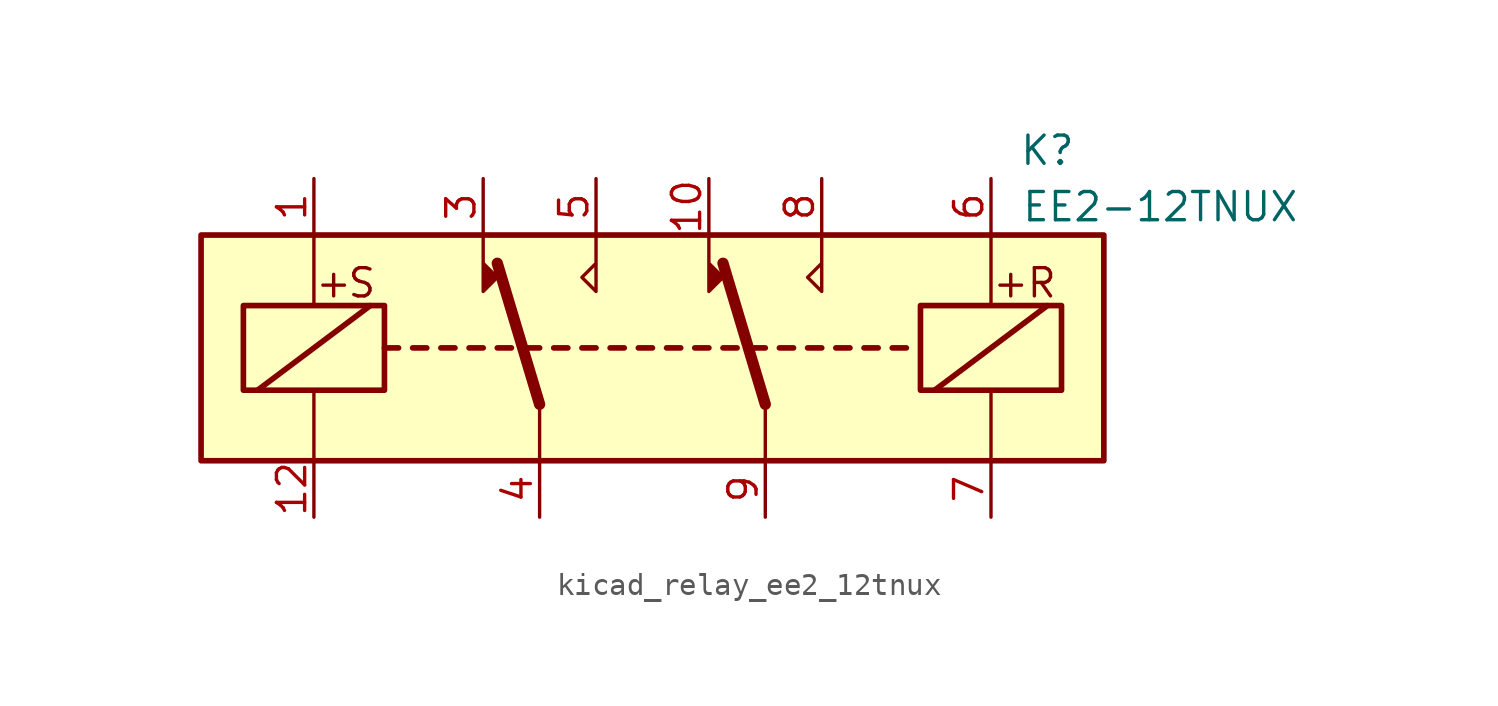
<source format=kicad_sym>
(kicad_symbol_lib
  (version 20220914)
  (generator kicad_symbol_editor)
  (symbol "kicad_relay_ee2_12tnux"
    (property "Reference" "K"
      (at 17.78 8.89 0)
      (effects (font (size 1.27 1.27))))
    (property "Value" "EE2-12TNUX"
      (at 22.86 6.35 0)
      (effects (font (size 1.27 1.27))))
    (symbol "kicad_relay_ee2_12tnux_1_1"
      (rectangle (start -20.32 5.08) (end 20.32 -5.08) (stroke (width 0.254) (type default)) (fill (type background)))
      (rectangle (start -18.415 1.905) (end -12.065 -1.905) (stroke (width 0.254) (type default)) (fill (type none)))
      (polyline (pts (xy -17.78 -1.905) (xy -12.7 1.905)) (stroke (width 0.254) (type default)) (fill (type none)))
      (polyline (pts (xy -15.24 -5.08) (xy -15.24 -1.905)) (stroke (width 0) (type default)) (fill (type none)))
      (polyline (pts (xy -15.24 5.08) (xy -15.24 1.905)) (stroke (width 0) (type default)) (fill (type none)))
      (polyline (pts (xy -12.065 0) (xy -11.43 0)) (stroke (width 0.254) (type default)) (fill (type none)))
      (polyline (pts (xy -10.795 0) (xy -10.16 0)) (stroke (width 0.254) (type default)) (fill (type none)))
      (polyline (pts (xy -9.525 0) (xy -8.89 0)) (stroke (width 0.254) (type default)) (fill (type none)))
      (polyline (pts (xy -8.255 0) (xy -7.62 0)) (stroke (width 0.254) (type default)) (fill (type none)))
      (polyline (pts (xy -6.985 0) (xy -6.35 0)) (stroke (width 0.254) (type default)) (fill (type none)))
      (polyline (pts (xy -5.715 0) (xy -5.08 0)) (stroke (width 0.254) (type default)) (fill (type none)))
      (polyline (pts (xy -5.08 -2.54) (xy -6.985 3.81)) (stroke (width 0.508) (type default)) (fill (type none)))
      (polyline (pts (xy -5.08 -2.54) (xy -5.08 -5.08)) (stroke (width 0) (type default)) (fill (type none)))
      (polyline (pts (xy -4.445 0) (xy -3.81 0)) (stroke (width 0.254) (type default)) (fill (type none)))
      (polyline (pts (xy -3.175 0) (xy -2.54 0)) (stroke (width 0.254) (type default)) (fill (type none)))
      (polyline (pts (xy -1.905 0) (xy -1.27 0)) (stroke (width 0.254) (type default)) (fill (type none)))
      (polyline (pts (xy -0.635 0) (xy 0 0)) (stroke (width 0.254) (type default)) (fill (type none)))
      (polyline (pts (xy 0.635 0) (xy 1.27 0)) (stroke (width 0.254) (type default)) (fill (type none)))
      (polyline (pts (xy 1.905 0) (xy 2.54 0)) (stroke (width 0.254) (type default)) (fill (type none)))
      (polyline (pts (xy 3.175 0) (xy 3.81 0)) (stroke (width 0.254) (type default)) (fill (type none)))
      (polyline (pts (xy 4.445 0) (xy 5.08 0)) (stroke (width 0.254) (type default)) (fill (type none)))
      (polyline (pts (xy 5.08 -2.54) (xy 3.175 3.81)) (stroke (width 0.508) (type default)) (fill (type none)))
      (polyline (pts (xy 5.08 -2.54) (xy 5.08 -5.08)) (stroke (width 0) (type default)) (fill (type none)))
      (polyline (pts (xy 5.715 0) (xy 6.35 0)) (stroke (width 0.254) (type default)) (fill (type none)))
      (polyline (pts (xy 6.985 0) (xy 7.62 0)) (stroke (width 0.254) (type default)) (fill (type none)))
      (polyline (pts (xy 8.255 0) (xy 8.89 0)) (stroke (width 0.254) (type default)) (fill (type none)))
      (polyline (pts (xy 9.525 0) (xy 10.16 0)) (stroke (width 0.254) (type default)) (fill (type none)))
      (polyline (pts (xy 10.795 0) (xy 11.43 0)) (stroke (width 0.254) (type default)) (fill (type none)))
      (polyline (pts (xy 12.7 -1.905) (xy 17.78 1.905)) (stroke (width 0.254) (type default)) (fill (type none)))
      (polyline (pts (xy 15.24 -5.08) (xy 15.24 -1.905)) (stroke (width 0) (type default)) (fill (type none)))
      (polyline (pts (xy 15.24 5.08) (xy 15.24 1.905)) (stroke (width 0) (type default)) (fill (type none)))
      (polyline (pts (xy -7.62 5.08) (xy -7.62 2.54) (xy -6.985 3.175) (xy -7.62 3.81)) (stroke (width 0) (type default)) (fill (type outline)))
      (polyline (pts (xy -2.54 5.08) (xy -2.54 2.54) (xy -3.175 3.175) (xy -2.54 3.81)) (stroke (width 0) (type default)) (fill (type none)))
      (polyline (pts (xy 2.54 5.08) (xy 2.54 2.54) (xy 3.175 3.175) (xy 2.54 3.81)) (stroke (width 0) (type default)) (fill (type outline)))
      (polyline (pts (xy 7.62 5.08) (xy 7.62 2.54) (xy 6.985 3.175) (xy 7.62 3.81)) (stroke (width 0) (type default)) (fill (type none)))
      (rectangle (start 12.065 1.905) (end 18.415 -1.905) (stroke (width 0.254) (type default)) (fill (type none)))
      (text "+" (at -14.351 2.921 0) (effects (font (size 1.27 1.27))))
      (text "+" (at 16.129 2.921 0) (effects (font (size 1.27 1.27))))
      (text "R" (at 17.526 2.921 0) (effects (font (size 1.27 1.27))))
      (text "S" (at -13.081 2.921 0) (effects (font (size 1.27 1.27))))
      (pin passive line (at -15.24 7.62 270) (length 2.54) (name "~" (effects (font (size 1.27 1.27)))) (number "1" (effects (font (size 1.27 1.27)))))
      (pin passive line (at 2.54 7.62 270) (length 2.54) (name "~" (effects (font (size 1.27 1.27)))) (number "10" (effects (font (size 1.27 1.27)))))
      (pin passive line (at -15.24 -7.62 90) (length 2.54) (name "~" (effects (font (size 1.27 1.27)))) (number "12" (effects (font (size 1.27 1.27)))))
      (pin passive line (at -7.62 7.62 270) (length 2.54) (name "~" (effects (font (size 1.27 1.27)))) (number "3" (effects (font (size 1.27 1.27)))))
      (pin passive line (at -5.08 -7.62 90) (length 2.54) (name "~" (effects (font (size 1.27 1.27)))) (number "4" (effects (font (size 1.27 1.27)))))
      (pin passive line (at -2.54 7.62 270) (length 2.54) (name "~" (effects (font (size 1.27 1.27)))) (number "5" (effects (font (size 1.27 1.27)))))
      (pin passive line (at 15.24 7.62 270) (length 2.54) (name "~" (effects (font (size 1.27 1.27)))) (number "6" (effects (font (size 1.27 1.27)))))
      (pin passive line (at 15.24 -7.62 90) (length 2.54) (name "~" (effects (font (size 1.27 1.27)))) (number "7" (effects (font (size 1.27 1.27)))))
      (pin passive line (at 7.62 7.62 270) (length 2.54) (name "~" (effects (font (size 1.27 1.27)))) (number "8" (effects (font (size 1.27 1.27)))))
      (pin passive line (at 5.08 -7.62 90) (length 2.54) (name "~" (effects (font (size 1.27 1.27)))) (number "9" (effects (font (size 1.27 1.27))))))))
</source>
